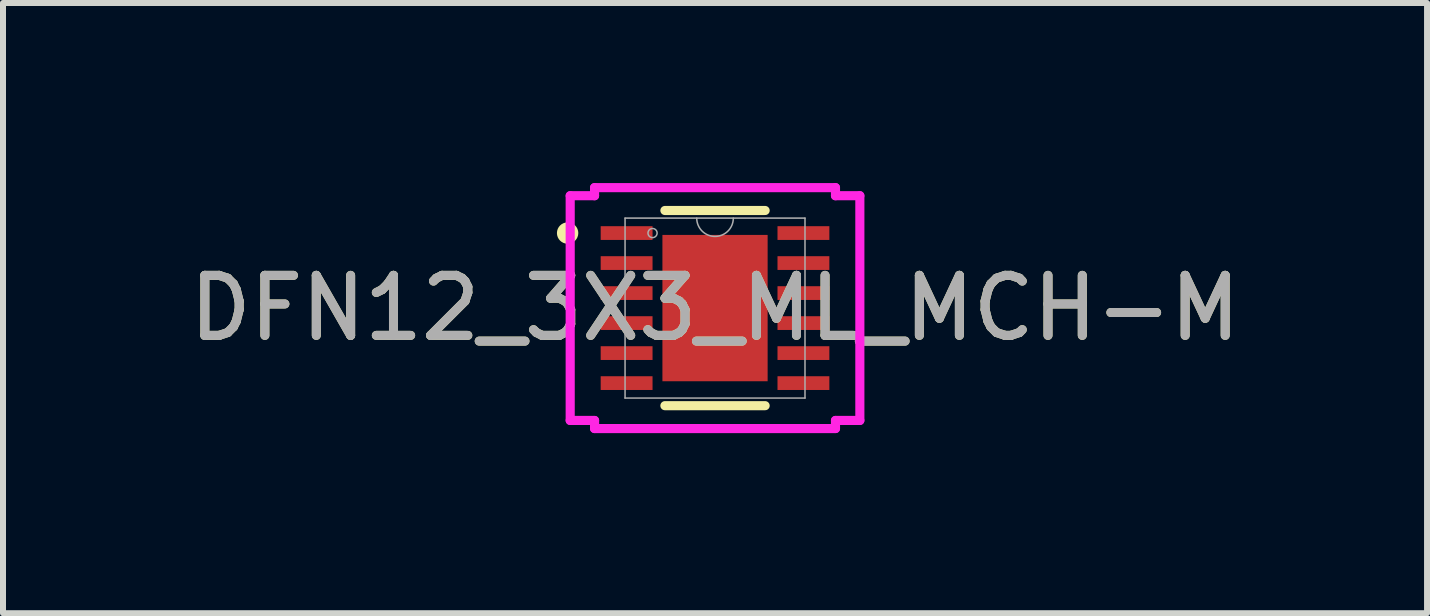
<source format=kicad_pcb>
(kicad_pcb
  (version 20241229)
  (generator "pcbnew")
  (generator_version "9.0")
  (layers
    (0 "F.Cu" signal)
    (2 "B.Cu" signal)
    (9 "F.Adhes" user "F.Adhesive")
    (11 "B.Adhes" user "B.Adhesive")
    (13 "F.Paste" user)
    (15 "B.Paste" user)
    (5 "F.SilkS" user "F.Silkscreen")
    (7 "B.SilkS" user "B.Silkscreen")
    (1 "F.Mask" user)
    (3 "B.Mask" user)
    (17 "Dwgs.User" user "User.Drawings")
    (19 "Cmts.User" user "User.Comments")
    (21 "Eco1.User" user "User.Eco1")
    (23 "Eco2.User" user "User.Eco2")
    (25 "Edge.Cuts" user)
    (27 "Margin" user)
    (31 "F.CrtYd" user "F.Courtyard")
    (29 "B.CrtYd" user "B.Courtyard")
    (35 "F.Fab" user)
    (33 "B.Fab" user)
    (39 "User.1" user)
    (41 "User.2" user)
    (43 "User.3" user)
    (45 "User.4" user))
  (footprint "DFN12_3X3_ML_MCH-M"
    (layer "F.Cu")
    (at 8.863 2.083)
    (property "Reference" "DFN12_3X3_ML_MCH-M" (at 0 0 0) (unlocked yes) (layer "F.SilkS") (effects (font (size 1 1) (thickness 0.15))))
    (attr smd)
    (fp_line (start -0.835 1.626) (end 0.835 1.626) (stroke (width 0.152) (type solid)) (layer "F.SilkS"))
    (fp_line (start 0.835 -1.626) (end -0.835 -1.626) (stroke (width 0.152) (type solid)) (layer "F.SilkS"))
    (fp_circle (center -2.456 -1.25) (end -2.354 -1.25) (stroke (width 0.152) (type solid)) (fill no) (layer "F.SilkS"))
    (fp_line (start -2.413 -1.872) (end -2.007 -1.872) (stroke (width 0.152) (type solid)) (layer "F.CrtYd"))
    (fp_line (start -2.413 1.872) (end -2.413 -1.872) (stroke (width 0.152) (type solid)) (layer "F.CrtYd"))
    (fp_line (start -2.413 1.872) (end -2.007 1.872) (stroke (width 0.152) (type solid)) (layer "F.CrtYd"))
    (fp_line (start -2.007 -2.007) (end 2.007 -2.007) (stroke (width 0.152) (type solid)) (layer "F.CrtYd"))
    (fp_line (start -2.007 -1.872) (end -2.007 -2.007) (stroke (width 0.152) (type solid)) (layer "F.CrtYd"))
    (fp_line (start -2.007 2.007) (end -2.007 1.872) (stroke (width 0.152) (type solid)) (layer "F.CrtYd"))
    (fp_line (start 2.007 -2.007) (end 2.007 -1.872) (stroke (width 0.152) (type solid)) (layer "F.CrtYd"))
    (fp_line (start 2.007 1.872) (end 2.007 2.007) (stroke (width 0.152) (type solid)) (layer "F.CrtYd"))
    (fp_line (start 2.007 2.007) (end -2.007 2.007) (stroke (width 0.152) (type solid)) (layer "F.CrtYd"))
    (fp_line (start 2.413 -1.872) (end 2.007 -1.872) (stroke (width 0.152) (type solid)) (layer "F.CrtYd"))
    (fp_line (start 2.413 -1.872) (end 2.413 1.872) (stroke (width 0.152) (type solid)) (layer "F.CrtYd"))
    (fp_line (start 2.413 1.872) (end 2.007 1.872) (stroke (width 0.152) (type solid)) (layer "F.CrtYd"))
    (fp_line (start -1.499 -1.499) (end -1.499 1.499) (stroke (width 0.025) (type solid)) (layer "F.Fab"))
    (fp_line (start -1.499 1.499) (end 1.499 1.499) (stroke (width 0.025) (type solid)) (layer "F.Fab"))
    (fp_line (start 1.499 -1.499) (end -1.499 -1.499) (stroke (width 0.025) (type solid)) (layer "F.Fab"))
    (fp_line (start 1.499 1.499) (end 1.499 -1.499) (stroke (width 0.025) (type solid)) (layer "F.Fab"))
    (fp_arc (start 0.3048 -1.4986) (mid 0 -1.1938) (end -0.3048 -1.4986) (stroke (width 0.0254) (type solid)) (layer "F.Fab"))
    (fp_circle (center -1.041 -1.25) (end -0.965 -1.25) (stroke (width 0.025) (type solid)) (fill no) (layer "F.Fab"))
    (fp_text user "${REFERENCE}" (at 0 0 0) (unlocked yes) (layer "F.Fab") (effects (font (size 1 1) (thickness 0.15))))
    (pad "1" smd rect (at -1.473 -1.25) (size 0.864 0.229) (layers "F.Cu" "F.Mask" "F.Paste"))
    (pad "2" smd rect (at -1.473 -0.75) (size 0.864 0.229) (layers "F.Cu" "F.Mask" "F.Paste"))
    (pad "3" smd rect (at -1.473 -0.25) (size 0.864 0.229) (layers "F.Cu" "F.Mask" "F.Paste"))
    (pad "4" smd rect (at -1.473 0.25) (size 0.864 0.229) (layers "F.Cu" "F.Mask" "F.Paste"))
    (pad "5" smd rect (at -1.473 0.75) (size 0.864 0.229) (layers "F.Cu" "F.Mask" "F.Paste"))
    (pad "6" smd rect (at -1.473 1.25) (size 0.864 0.229) (layers "F.Cu" "F.Mask" "F.Paste"))
    (pad "7" smd rect (at 1.473 1.25) (size 0.864 0.229) (layers "F.Cu" "F.Mask" "F.Paste"))
    (pad "8" smd rect (at 1.473 0.75) (size 0.864 0.229) (layers "F.Cu" "F.Mask" "F.Paste"))
    (pad "9" smd rect (at 1.473 0.25) (size 0.864 0.229) (layers "F.Cu" "F.Mask" "F.Paste"))
    (pad "10" smd rect (at 1.473 -0.25) (size 0.864 0.229) (layers "F.Cu" "F.Mask" "F.Paste"))
    (pad "11" smd rect (at 1.473 -0.75) (size 0.864 0.229) (layers "F.Cu" "F.Mask" "F.Paste"))
    (pad "12" smd rect (at 1.473 -1.25) (size 0.864 0.229) (layers "F.Cu" "F.Mask" "F.Paste"))
    (pad "13" smd rect (at 0 0) (size 1.753 2.438) (layers "F.Cu" "F.Mask" "F.Paste")))
  (gr_rect
    (start -3 -3)
    (end 20.726 7.166)
    (stroke (width 0.1) (type default))
    (fill no)
    (layer "Edge.Cuts")))
</source>
